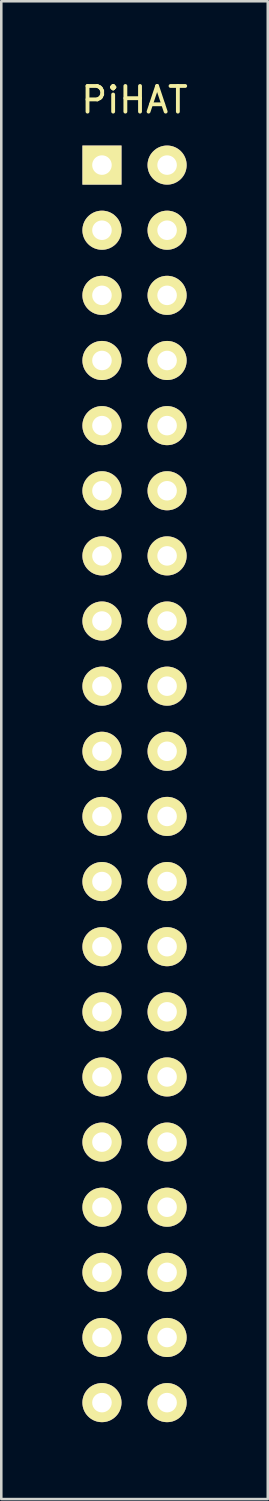
<source format=kicad_pcb>
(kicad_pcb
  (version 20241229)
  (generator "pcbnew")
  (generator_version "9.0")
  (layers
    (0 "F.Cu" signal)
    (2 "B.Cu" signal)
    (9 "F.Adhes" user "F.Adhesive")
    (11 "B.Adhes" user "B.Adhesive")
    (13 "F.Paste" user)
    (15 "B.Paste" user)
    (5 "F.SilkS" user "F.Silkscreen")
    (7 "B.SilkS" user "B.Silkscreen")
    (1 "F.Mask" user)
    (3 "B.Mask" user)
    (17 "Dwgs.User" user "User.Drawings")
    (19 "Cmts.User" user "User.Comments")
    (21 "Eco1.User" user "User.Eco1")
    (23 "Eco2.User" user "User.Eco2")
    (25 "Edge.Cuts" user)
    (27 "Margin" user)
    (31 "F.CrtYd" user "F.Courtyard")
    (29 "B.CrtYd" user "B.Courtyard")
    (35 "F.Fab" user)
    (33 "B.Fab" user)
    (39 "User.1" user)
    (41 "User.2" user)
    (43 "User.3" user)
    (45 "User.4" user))
  (footprint "PiHAT"
    (layer "F.Cu")
    (at 2.196 3.388)
    (property "Reference" "PiHAT" (at 0 -2.54 0) (layer "F.SilkS") (effects (font (size 1 1) (thickness 0.15))))
    (attr through_hole)
    (pad "1" thru_hole rect (at -1.27 0) (size 1.524 1.524) (drill 0.762) (layers "*.Cu" "*.Mask" "F.SilkS"))
    (pad "2" thru_hole circle (at 1.27 0) (size 1.524 1.524) (drill 0.762) (layers "*.Cu" "*.Mask" "F.SilkS"))
    (pad "3" thru_hole circle (at -1.27 2.54) (size 1.524 1.524) (drill 0.762) (layers "*.Cu" "*.Mask" "F.SilkS"))
    (pad "4" thru_hole circle (at 1.27 2.54) (size 1.524 1.524) (drill 0.762) (layers "*.Cu" "*.Mask" "F.SilkS"))
    (pad "5" thru_hole circle (at -1.27 5.08) (size 1.524 1.524) (drill 0.762) (layers "*.Cu" "*.Mask" "F.SilkS"))
    (pad "6" thru_hole circle (at 1.27 5.08) (size 1.524 1.524) (drill 0.762) (layers "*.Cu" "*.Mask" "F.SilkS"))
    (pad "7" thru_hole circle (at -1.27 7.62) (size 1.524 1.524) (drill 0.762) (layers "*.Cu" "*.Mask" "F.SilkS"))
    (pad "8" thru_hole circle (at 1.27 7.62) (size 1.524 1.524) (drill 0.762) (layers "*.Cu" "*.Mask" "F.SilkS"))
    (pad "9" thru_hole circle (at -1.27 10.16) (size 1.524 1.524) (drill 0.762) (layers "*.Cu" "*.Mask" "F.SilkS"))
    (pad "10" thru_hole circle (at 1.27 10.16) (size 1.524 1.524) (drill 0.762) (layers "*.Cu" "*.Mask" "F.SilkS"))
    (pad "11" thru_hole circle (at -1.27 12.7) (size 1.524 1.524) (drill 0.762) (layers "*.Cu" "*.Mask" "F.SilkS"))
    (pad "12" thru_hole circle (at 1.27 12.7) (size 1.524 1.524) (drill 0.762) (layers "*.Cu" "*.Mask" "F.SilkS"))
    (pad "13" thru_hole circle (at -1.27 15.24) (size 1.524 1.524) (drill 0.762) (layers "*.Cu" "*.Mask" "F.SilkS"))
    (pad "14" thru_hole circle (at 1.27 15.24) (size 1.524 1.524) (drill 0.762) (layers "*.Cu" "*.Mask" "F.SilkS"))
    (pad "15" thru_hole circle (at -1.27 17.78) (size 1.524 1.524) (drill 0.762) (layers "*.Cu" "*.Mask" "F.SilkS"))
    (pad "16" thru_hole circle (at 1.27 17.78) (size 1.524 1.524) (drill 0.762) (layers "*.Cu" "*.Mask" "F.SilkS"))
    (pad "17" thru_hole circle (at -1.27 20.32) (size 1.524 1.524) (drill 0.762) (layers "*.Cu" "*.Mask" "F.SilkS"))
    (pad "18" thru_hole circle (at 1.27 20.32) (size 1.524 1.524) (drill 0.762) (layers "*.Cu" "*.Mask" "F.SilkS"))
    (pad "19" thru_hole circle (at -1.27 22.86) (size 1.524 1.524) (drill 0.762) (layers "*.Cu" "*.Mask" "F.SilkS"))
    (pad "20" thru_hole circle (at 1.27 22.86) (size 1.524 1.524) (drill 0.762) (layers "*.Cu" "*.Mask" "F.SilkS"))
    (pad "21" thru_hole circle (at -1.27 25.4) (size 1.524 1.524) (drill 0.762) (layers "*.Cu" "*.Mask" "F.SilkS"))
    (pad "22" thru_hole circle (at 1.27 25.4) (size 1.524 1.524) (drill 0.762) (layers "*.Cu" "*.Mask" "F.SilkS"))
    (pad "23" thru_hole circle (at -1.27 27.94) (size 1.524 1.524) (drill 0.762) (layers "*.Cu" "*.Mask" "F.SilkS"))
    (pad "24" thru_hole circle (at 1.27 27.94) (size 1.524 1.524) (drill 0.762) (layers "*.Cu" "*.Mask" "F.SilkS"))
    (pad "25" thru_hole circle (at -1.27 30.48) (size 1.524 1.524) (drill 0.762) (layers "*.Cu" "*.Mask" "F.SilkS"))
    (pad "26" thru_hole circle (at 1.27 30.48) (size 1.524 1.524) (drill 0.762) (layers "*.Cu" "*.Mask" "F.SilkS"))
    (pad "27" thru_hole circle (at -1.27 33.02) (size 1.524 1.524) (drill 0.762) (layers "*.Cu" "*.Mask" "F.SilkS"))
    (pad "28" thru_hole circle (at 1.27 33.02) (size 1.524 1.524) (drill 0.762) (layers "*.Cu" "*.Mask" "F.SilkS"))
    (pad "29" thru_hole circle (at -1.27 35.56) (size 1.524 1.524) (drill 0.762) (layers "*.Cu" "*.Mask" "F.SilkS"))
    (pad "30" thru_hole circle (at 1.27 35.56) (size 1.524 1.524) (drill 0.762) (layers "*.Cu" "*.Mask" "F.SilkS"))
    (pad "31" thru_hole circle (at -1.27 38.1) (size 1.524 1.524) (drill 0.762) (layers "*.Cu" "*.Mask" "F.SilkS"))
    (pad "32" thru_hole circle (at 1.27 38.1) (size 1.524 1.524) (drill 0.762) (layers "*.Cu" "*.Mask" "F.SilkS"))
    (pad "33" thru_hole circle (at -1.27 40.64) (size 1.524 1.524) (drill 0.762) (layers "*.Cu" "*.Mask" "F.SilkS"))
    (pad "34" thru_hole circle (at 1.27 40.64) (size 1.524 1.524) (drill 0.762) (layers "*.Cu" "*.Mask" "F.SilkS"))
    (pad "35" thru_hole circle (at -1.27 43.18) (size 1.524 1.524) (drill 0.762) (layers "*.Cu" "*.Mask" "F.SilkS"))
    (pad "36" thru_hole circle (at 1.27 43.18) (size 1.524 1.524) (drill 0.762) (layers "*.Cu" "*.Mask" "F.SilkS"))
    (pad "37" thru_hole circle (at -1.27 45.72) (size 1.524 1.524) (drill 0.762) (layers "*.Cu" "*.Mask" "F.SilkS"))
    (pad "38" thru_hole circle (at 1.27 45.72) (size 1.524 1.524) (drill 0.762) (layers "*.Cu" "*.Mask" "F.SilkS"))
    (pad "39" thru_hole circle (at -1.27 48.26) (size 1.524 1.524) (drill 0.762) (layers "*.Cu" "*.Mask" "F.SilkS"))
    (pad "40" thru_hole circle (at 1.27 48.26) (size 1.524 1.524) (drill 0.762) (layers "*.Cu" "*.Mask" "F.SilkS")))
  (gr_rect
    (start -3 -3)
    (end 7.393 55.41)
    (stroke (width 0.1) (type default))
    (fill no)
    (layer "Edge.Cuts")))
</source>
